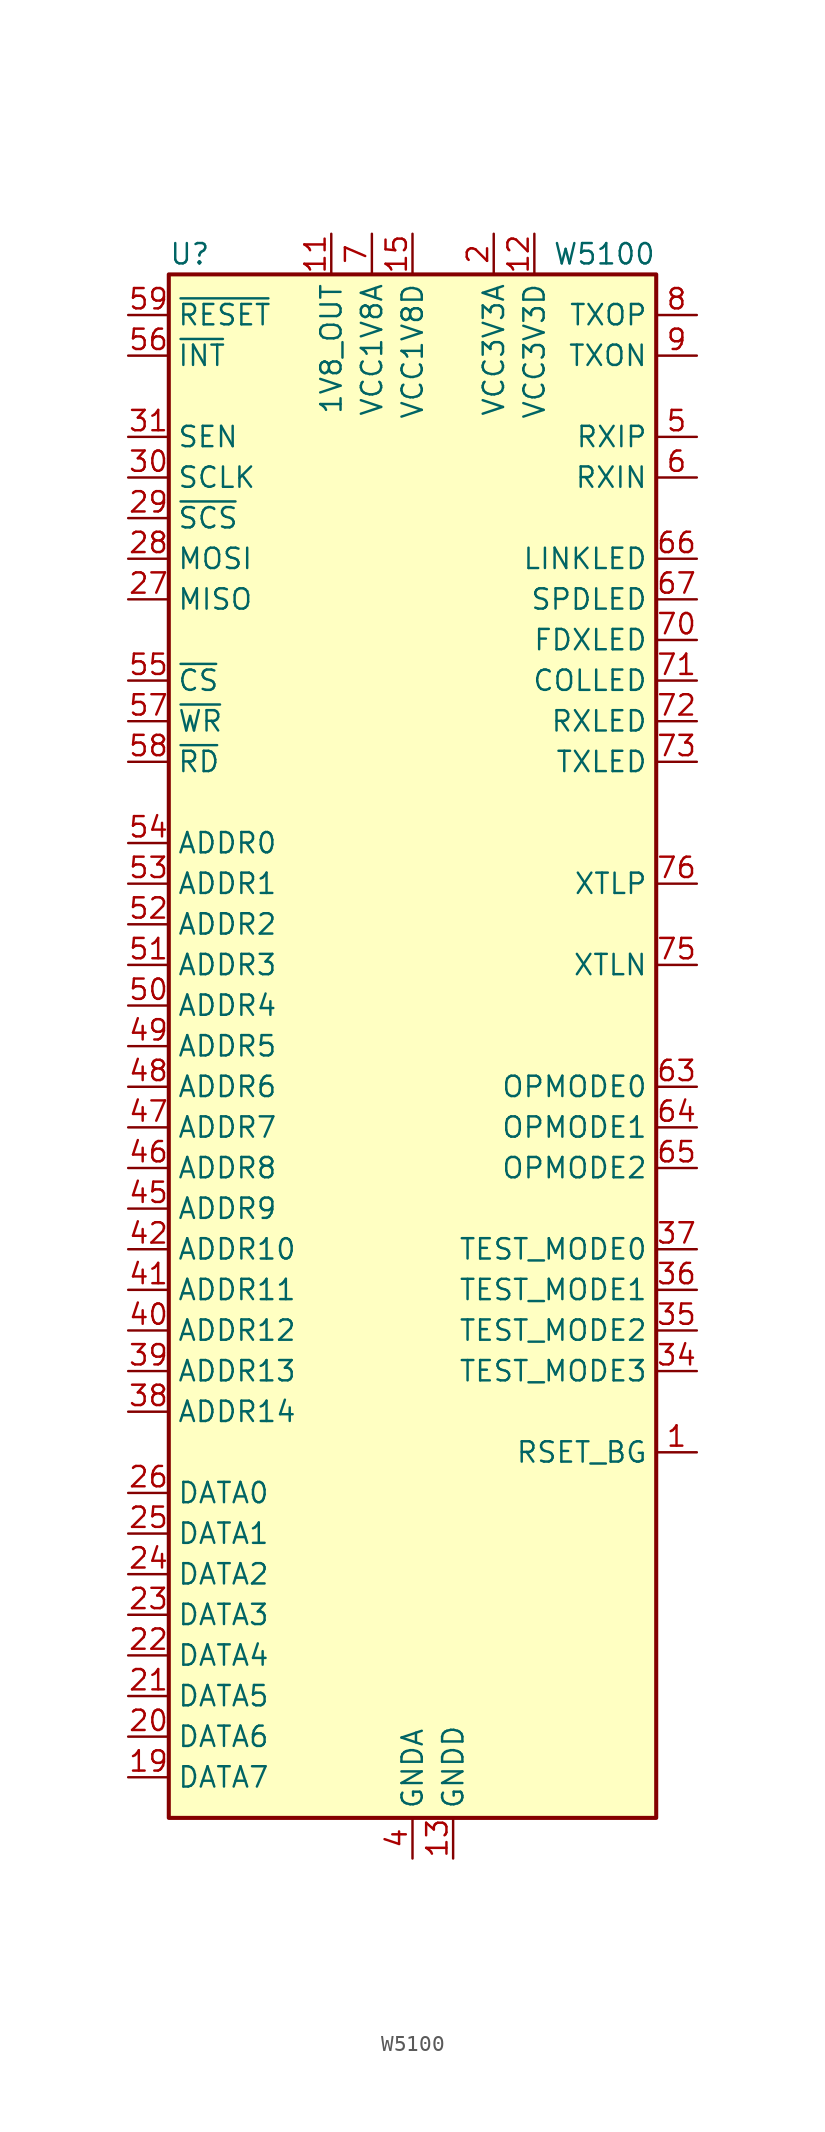
<source format=kicad_sym>
(kicad_symbol_lib
  (version 20220914)
  (generator kicad_symbol_editor)
  (symbol "W5100"
    (property "Reference" "U"
      (at -15.24 49.53 0)
      (effects (font (size 1.27 1.27)) (justify left)))
    (property "Value" "W5100"
      (at 15.24 49.53 0)
      (effects (font (size 1.27 1.27)) (justify right)))
    (symbol "W5100_0_1"
      (rectangle (start -15.24 48.26) (end 15.24 -48.26) (stroke (width 0.254) (type default)) (fill (type background))))
    (symbol "W5100_1_1"
      (pin output line (at 17.78 -25.4 180) (length 2.54) (name "RSET_BG" (effects (font (size 1.27 1.27)))) (number "1" (effects (font (size 1.27 1.27)))))
      (pin passive line (at 0 -50.8 90) (length 2.54) hide (name "GNDA" (effects (font (size 1.27 1.27)))) (number "10" (effects (font (size 1.27 1.27)))))
      (pin power_out line (at -5.08 50.8 270) (length 2.54) (name "1V8_OUT" (effects (font (size 1.27 1.27)))) (number "11" (effects (font (size 1.27 1.27)))))
      (pin power_in line (at 7.62 50.8 270) (length 2.54) (name "VCC3V3D" (effects (font (size 1.27 1.27)))) (number "12" (effects (font (size 1.27 1.27)))))
      (pin power_in line (at 2.54 -50.8 90) (length 2.54) (name "GNDD" (effects (font (size 1.27 1.27)))) (number "13" (effects (font (size 1.27 1.27)))))
      (pin passive line (at 2.54 -50.8 90) (length 2.54) hide (name "GNDD" (effects (font (size 1.27 1.27)))) (number "14" (effects (font (size 1.27 1.27)))))
      (pin power_in line (at 0 50.8 270) (length 2.54) (name "VCC1V8D" (effects (font (size 1.27 1.27)))) (number "15" (effects (font (size 1.27 1.27)))))
      (pin passive line (at 0 50.8 270) (length 2.54) hide (name "VCC1V8D" (effects (font (size 1.27 1.27)))) (number "16" (effects (font (size 1.27 1.27)))))
      (pin passive line (at 2.54 -50.8 90) (length 2.54) hide (name "GNDD" (effects (font (size 1.27 1.27)))) (number "17" (effects (font (size 1.27 1.27)))))
      (pin passive line (at 7.62 50.8 270) (length 2.54) hide (name "VCC3V3D" (effects (font (size 1.27 1.27)))) (number "18" (effects (font (size 1.27 1.27)))))
      (pin bidirectional line (at -17.78 -45.72 0) (length 2.54) (name "DATA7" (effects (font (size 1.27 1.27)))) (number "19" (effects (font (size 1.27 1.27)))))
      (pin power_in line (at 5.08 50.8 270) (length 2.54) (name "VCC3V3A" (effects (font (size 1.27 1.27)))) (number "2" (effects (font (size 1.27 1.27)))))
      (pin bidirectional line (at -17.78 -43.18 0) (length 2.54) (name "DATA6" (effects (font (size 1.27 1.27)))) (number "20" (effects (font (size 1.27 1.27)))))
      (pin bidirectional line (at -17.78 -40.64 0) (length 2.54) (name "DATA5" (effects (font (size 1.27 1.27)))) (number "21" (effects (font (size 1.27 1.27)))))
      (pin bidirectional line (at -17.78 -38.1 0) (length 2.54) (name "DATA4" (effects (font (size 1.27 1.27)))) (number "22" (effects (font (size 1.27 1.27)))))
      (pin bidirectional line (at -17.78 -35.56 0) (length 2.54) (name "DATA3" (effects (font (size 1.27 1.27)))) (number "23" (effects (font (size 1.27 1.27)))))
      (pin bidirectional line (at -17.78 -33.02 0) (length 2.54) (name "DATA2" (effects (font (size 1.27 1.27)))) (number "24" (effects (font (size 1.27 1.27)))))
      (pin bidirectional line (at -17.78 -30.48 0) (length 2.54) (name "DATA1" (effects (font (size 1.27 1.27)))) (number "25" (effects (font (size 1.27 1.27)))))
      (pin bidirectional line (at -17.78 -27.94 0) (length 2.54) (name "DATA0" (effects (font (size 1.27 1.27)))) (number "26" (effects (font (size 1.27 1.27)))))
      (pin output line (at -17.78 27.94 0) (length 2.54) (name "MISO" (effects (font (size 1.27 1.27)))) (number "27" (effects (font (size 1.27 1.27)))))
      (pin input line (at -17.78 30.48 0) (length 2.54) (name "MOSI" (effects (font (size 1.27 1.27)))) (number "28" (effects (font (size 1.27 1.27)))))
      (pin input line (at -17.78 33.02 0) (length 2.54) (name "~{SCS}" (effects (font (size 1.27 1.27)))) (number "29" (effects (font (size 1.27 1.27)))))
      (pin no_connect line (at 15.24 -30.48 180) (length 2.54) hide (name "NC" (effects (font (size 1.27 1.27)))) (number "3" (effects (font (size 1.27 1.27)))))
      (pin input line (at -17.78 35.56 0) (length 2.54) (name "SCLK" (effects (font (size 1.27 1.27)))) (number "30" (effects (font (size 1.27 1.27)))))
      (pin input line (at -17.78 38.1 0) (length 2.54) (name "SEN" (effects (font (size 1.27 1.27)))) (number "31" (effects (font (size 1.27 1.27)))))
      (pin passive line (at 2.54 -50.8 90) (length 2.54) hide (name "GNDD" (effects (font (size 1.27 1.27)))) (number "32" (effects (font (size 1.27 1.27)))))
      (pin passive line (at 0 50.8 270) (length 2.54) hide (name "VCC1V8D" (effects (font (size 1.27 1.27)))) (number "33" (effects (font (size 1.27 1.27)))))
      (pin input line (at 17.78 -20.32 180) (length 2.54) (name "TEST_MODE3" (effects (font (size 1.27 1.27)))) (number "34" (effects (font (size 1.27 1.27)))))
      (pin input line (at 17.78 -17.78 180) (length 2.54) (name "TEST_MODE2" (effects (font (size 1.27 1.27)))) (number "35" (effects (font (size 1.27 1.27)))))
      (pin input line (at 17.78 -15.24 180) (length 2.54) (name "TEST_MODE1" (effects (font (size 1.27 1.27)))) (number "36" (effects (font (size 1.27 1.27)))))
      (pin input line (at 17.78 -12.7 180) (length 2.54) (name "TEST_MODE0" (effects (font (size 1.27 1.27)))) (number "37" (effects (font (size 1.27 1.27)))))
      (pin input line (at -17.78 -22.86 0) (length 2.54) (name "ADDR14" (effects (font (size 1.27 1.27)))) (number "38" (effects (font (size 1.27 1.27)))))
      (pin input line (at -17.78 -20.32 0) (length 2.54) (name "ADDR13" (effects (font (size 1.27 1.27)))) (number "39" (effects (font (size 1.27 1.27)))))
      (pin power_in line (at 0 -50.8 90) (length 2.54) (name "GNDA" (effects (font (size 1.27 1.27)))) (number "4" (effects (font (size 1.27 1.27)))))
      (pin input line (at -17.78 -17.78 0) (length 2.54) (name "ADDR12" (effects (font (size 1.27 1.27)))) (number "40" (effects (font (size 1.27 1.27)))))
      (pin input line (at -17.78 -15.24 0) (length 2.54) (name "ADDR11" (effects (font (size 1.27 1.27)))) (number "41" (effects (font (size 1.27 1.27)))))
      (pin input line (at -17.78 -12.7 0) (length 2.54) (name "ADDR10" (effects (font (size 1.27 1.27)))) (number "42" (effects (font (size 1.27 1.27)))))
      (pin passive line (at 2.54 -50.8 90) (length 2.54) hide (name "GNDD" (effects (font (size 1.27 1.27)))) (number "43" (effects (font (size 1.27 1.27)))))
      (pin passive line (at 7.62 50.8 270) (length 2.54) hide (name "VCC3V3D" (effects (font (size 1.27 1.27)))) (number "44" (effects (font (size 1.27 1.27)))))
      (pin input line (at -17.78 -10.16 0) (length 2.54) (name "ADDR9" (effects (font (size 1.27 1.27)))) (number "45" (effects (font (size 1.27 1.27)))))
      (pin input line (at -17.78 -7.62 0) (length 2.54) (name "ADDR8" (effects (font (size 1.27 1.27)))) (number "46" (effects (font (size 1.27 1.27)))))
      (pin input line (at -17.78 -5.08 0) (length 2.54) (name "ADDR7" (effects (font (size 1.27 1.27)))) (number "47" (effects (font (size 1.27 1.27)))))
      (pin input line (at -17.78 -2.54 0) (length 2.54) (name "ADDR6" (effects (font (size 1.27 1.27)))) (number "48" (effects (font (size 1.27 1.27)))))
      (pin input line (at -17.78 0 0) (length 2.54) (name "ADDR5" (effects (font (size 1.27 1.27)))) (number "49" (effects (font (size 1.27 1.27)))))
      (pin input line (at 17.78 38.1 180) (length 2.54) (name "RXIP" (effects (font (size 1.27 1.27)))) (number "5" (effects (font (size 1.27 1.27)))))
      (pin input line (at -17.78 2.54 0) (length 2.54) (name "ADDR4" (effects (font (size 1.27 1.27)))) (number "50" (effects (font (size 1.27 1.27)))))
      (pin input line (at -17.78 5.08 0) (length 2.54) (name "ADDR3" (effects (font (size 1.27 1.27)))) (number "51" (effects (font (size 1.27 1.27)))))
      (pin input line (at -17.78 7.62 0) (length 2.54) (name "ADDR2" (effects (font (size 1.27 1.27)))) (number "52" (effects (font (size 1.27 1.27)))))
      (pin input line (at -17.78 10.16 0) (length 2.54) (name "ADDR1" (effects (font (size 1.27 1.27)))) (number "53" (effects (font (size 1.27 1.27)))))
      (pin input line (at -17.78 12.7 0) (length 2.54) (name "ADDR0" (effects (font (size 1.27 1.27)))) (number "54" (effects (font (size 1.27 1.27)))))
      (pin input line (at -17.78 22.86 0) (length 2.54) (name "~{CS}" (effects (font (size 1.27 1.27)))) (number "55" (effects (font (size 1.27 1.27)))))
      (pin output line (at -17.78 43.18 0) (length 2.54) (name "~{INT}" (effects (font (size 1.27 1.27)))) (number "56" (effects (font (size 1.27 1.27)))))
      (pin input line (at -17.78 20.32 0) (length 2.54) (name "~{WR}" (effects (font (size 1.27 1.27)))) (number "57" (effects (font (size 1.27 1.27)))))
      (pin input line (at -17.78 17.78 0) (length 2.54) (name "~{RD}" (effects (font (size 1.27 1.27)))) (number "58" (effects (font (size 1.27 1.27)))))
      (pin input line (at -17.78 45.72 0) (length 2.54) (name "~{RESET}" (effects (font (size 1.27 1.27)))) (number "59" (effects (font (size 1.27 1.27)))))
      (pin input line (at 17.78 35.56 180) (length 2.54) (name "RXIN" (effects (font (size 1.27 1.27)))) (number "6" (effects (font (size 1.27 1.27)))))
      (pin no_connect line (at 15.24 -33.02 180) (length 2.54) hide (name "NC" (effects (font (size 1.27 1.27)))) (number "60" (effects (font (size 1.27 1.27)))))
      (pin no_connect line (at 15.24 -35.56 180) (length 2.54) hide (name "NC" (effects (font (size 1.27 1.27)))) (number "61" (effects (font (size 1.27 1.27)))))
      (pin no_connect line (at 15.24 -38.1 180) (length 2.54) hide (name "NC" (effects (font (size 1.27 1.27)))) (number "62" (effects (font (size 1.27 1.27)))))
      (pin input line (at 17.78 -2.54 180) (length 2.54) (name "OPMODE0" (effects (font (size 1.27 1.27)))) (number "63" (effects (font (size 1.27 1.27)))))
      (pin input line (at 17.78 -5.08 180) (length 2.54) (name "OPMODE1" (effects (font (size 1.27 1.27)))) (number "64" (effects (font (size 1.27 1.27)))))
      (pin input line (at 17.78 -7.62 180) (length 2.54) (name "OPMODE2" (effects (font (size 1.27 1.27)))) (number "65" (effects (font (size 1.27 1.27)))))
      (pin output line (at 17.78 30.48 180) (length 2.54) (name "LINKLED" (effects (font (size 1.27 1.27)))) (number "66" (effects (font (size 1.27 1.27)))))
      (pin output line (at 17.78 27.94 180) (length 2.54) (name "SPDLED" (effects (font (size 1.27 1.27)))) (number "67" (effects (font (size 1.27 1.27)))))
      (pin passive line (at 2.54 -50.8 90) (length 2.54) hide (name "GNDD" (effects (font (size 1.27 1.27)))) (number "68" (effects (font (size 1.27 1.27)))))
      (pin passive line (at 0 50.8 270) (length 2.54) hide (name "VCC1V8D" (effects (font (size 1.27 1.27)))) (number "69" (effects (font (size 1.27 1.27)))))
      (pin power_in line (at -2.54 50.8 270) (length 2.54) (name "VCC1V8A" (effects (font (size 1.27 1.27)))) (number "7" (effects (font (size 1.27 1.27)))))
      (pin output line (at 17.78 25.4 180) (length 2.54) (name "FDXLED" (effects (font (size 1.27 1.27)))) (number "70" (effects (font (size 1.27 1.27)))))
      (pin output line (at 17.78 22.86 180) (length 2.54) (name "COLLED" (effects (font (size 1.27 1.27)))) (number "71" (effects (font (size 1.27 1.27)))))
      (pin output line (at 17.78 20.32 180) (length 2.54) (name "RXLED" (effects (font (size 1.27 1.27)))) (number "72" (effects (font (size 1.27 1.27)))))
      (pin output line (at 17.78 17.78 180) (length 2.54) (name "TXLED" (effects (font (size 1.27 1.27)))) (number "73" (effects (font (size 1.27 1.27)))))
      (pin passive line (at -2.54 50.8 270) (length 2.54) hide (name "VCC1V8A" (effects (font (size 1.27 1.27)))) (number "74" (effects (font (size 1.27 1.27)))))
      (pin input line (at 17.78 5.08 180) (length 2.54) (name "XTLN" (effects (font (size 1.27 1.27)))) (number "75" (effects (font (size 1.27 1.27)))))
      (pin output line (at 17.78 10.16 180) (length 2.54) (name "XTLP" (effects (font (size 1.27 1.27)))) (number "76" (effects (font (size 1.27 1.27)))))
      (pin passive line (at 0 -50.8 90) (length 2.54) hide (name "GNDA" (effects (font (size 1.27 1.27)))) (number "77" (effects (font (size 1.27 1.27)))))
      (pin no_connect line (at 15.24 -40.64 180) (length 2.54) hide (name "NC" (effects (font (size 1.27 1.27)))) (number "78" (effects (font (size 1.27 1.27)))))
      (pin no_connect line (at 15.24 -43.18 180) (length 2.54) hide (name "NC" (effects (font (size 1.27 1.27)))) (number "79" (effects (font (size 1.27 1.27)))))
      (pin output line (at 17.78 45.72 180) (length 2.54) (name "TXOP" (effects (font (size 1.27 1.27)))) (number "8" (effects (font (size 1.27 1.27)))))
      (pin no_connect line (at 15.24 -45.72 180) (length 2.54) hide (name "NC" (effects (font (size 1.27 1.27)))) (number "80" (effects (font (size 1.27 1.27)))))
      (pin output line (at 17.78 43.18 180) (length 2.54) (name "TXON" (effects (font (size 1.27 1.27)))) (number "9" (effects (font (size 1.27 1.27))))))))
</source>
